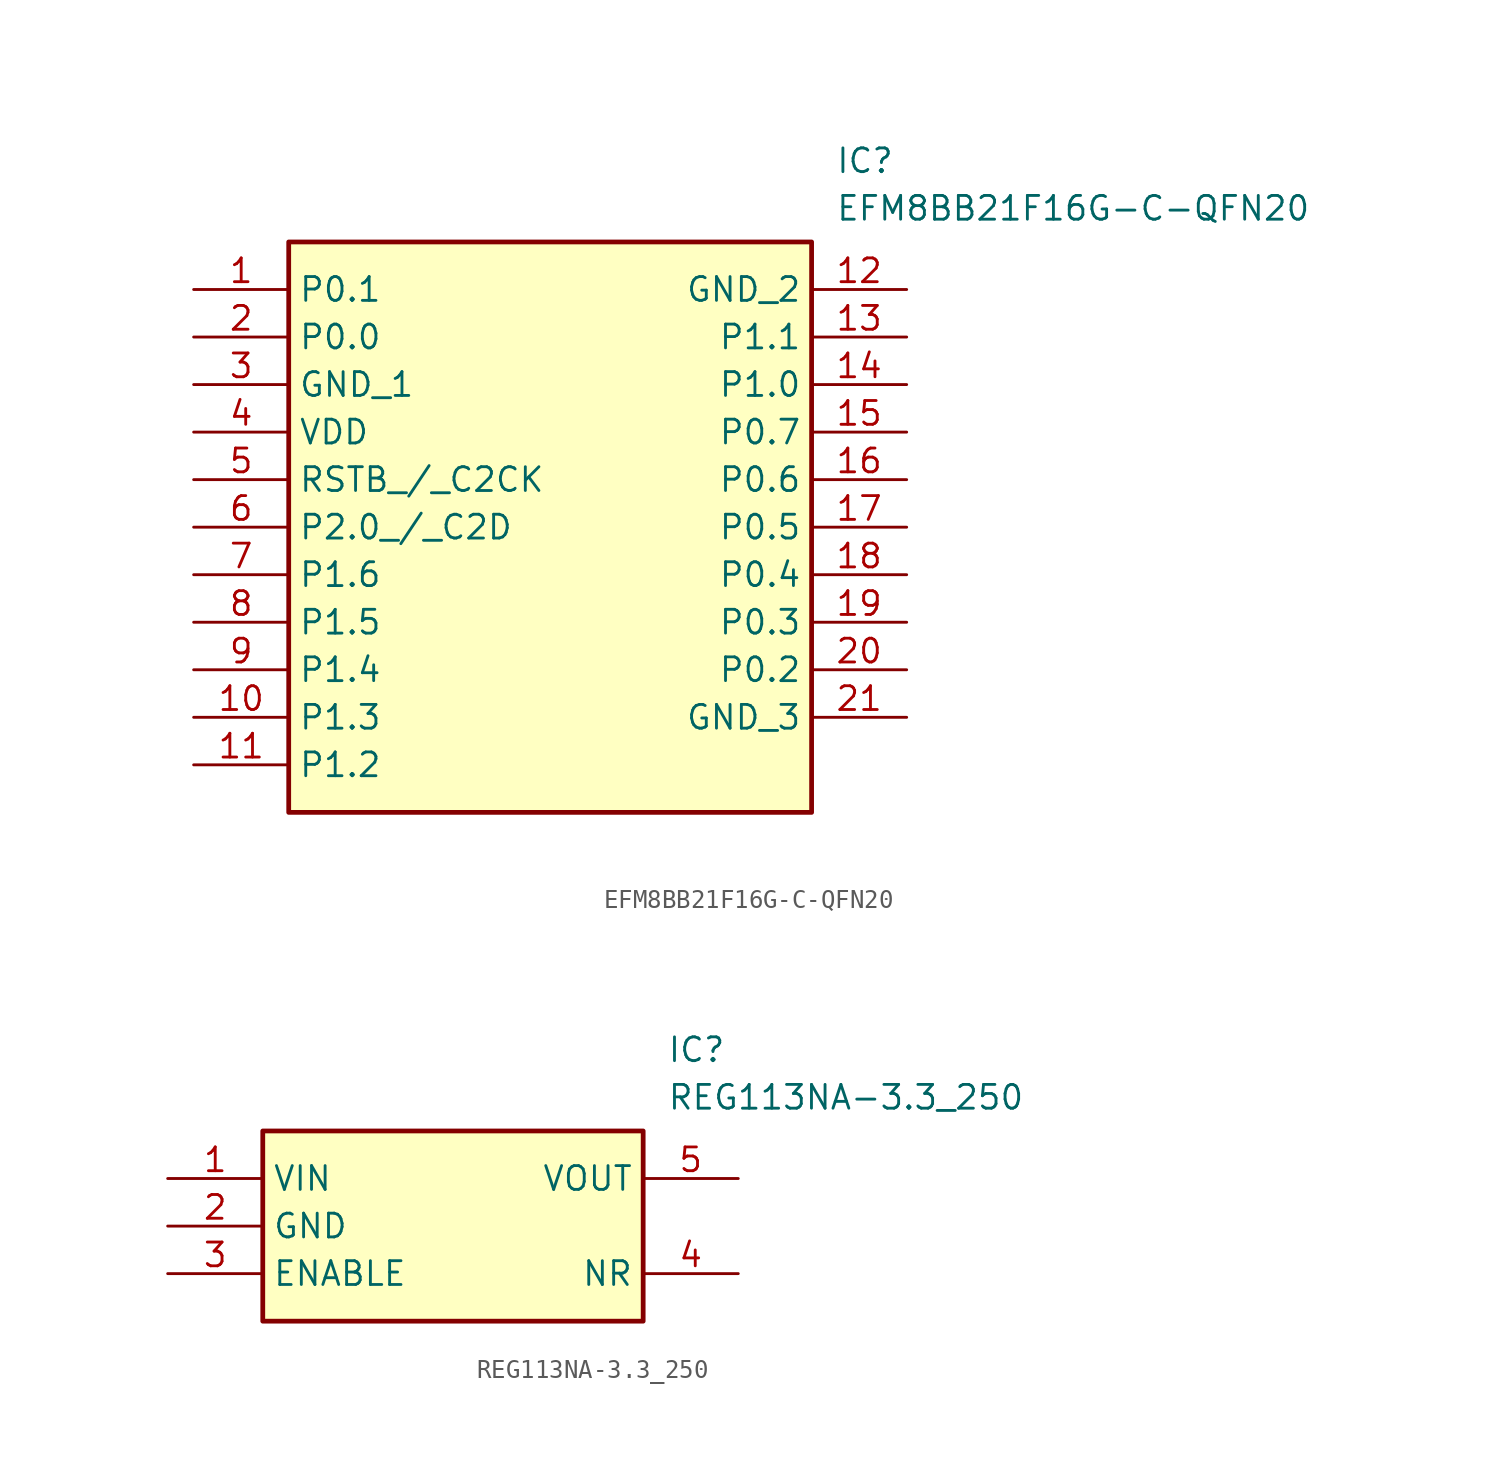
<source format=kicad_sym>
(kicad_symbol_lib
  (version 20231120)
  (generator "kicad_symbol_editor")
  (generator_version "8.0")
  (symbol "EFM8BB21F16G-C-QFN20"
    (property "Reference" "IC"
      (at 34.29 7.62 0)
      (effects (font (size 1.27 1.27)) (justify left top)))
    (property "Value" "EFM8BB21F16G-C-QFN20"
      (at 34.29 5.08 0)
      (effects (font (size 1.27 1.27)) (justify left top)))
    (symbol "EFM8BB21F16G-C-QFN20_1_1"
      (rectangle (start 5.08 2.54) (end 33.02 -27.94) (stroke (width 0.254) (type default)) (fill (type background)))
      (pin passive line (at 0 0 0) (length 5.08) (name "P0.1" (effects (font (size 1.27 1.27)))) (number "1" (effects (font (size 1.27 1.27)))))
      (pin passive line (at 0 -22.86 0) (length 5.08) (name "P1.3" (effects (font (size 1.27 1.27)))) (number "10" (effects (font (size 1.27 1.27)))))
      (pin passive line (at 0 -25.4 0) (length 5.08) (name "P1.2" (effects (font (size 1.27 1.27)))) (number "11" (effects (font (size 1.27 1.27)))))
      (pin passive line (at 38.1 0 180) (length 5.08) (name "GND_2" (effects (font (size 1.27 1.27)))) (number "12" (effects (font (size 1.27 1.27)))))
      (pin passive line (at 38.1 -2.54 180) (length 5.08) (name "P1.1" (effects (font (size 1.27 1.27)))) (number "13" (effects (font (size 1.27 1.27)))))
      (pin passive line (at 38.1 -5.08 180) (length 5.08) (name "P1.0" (effects (font (size 1.27 1.27)))) (number "14" (effects (font (size 1.27 1.27)))))
      (pin passive line (at 38.1 -7.62 180) (length 5.08) (name "P0.7" (effects (font (size 1.27 1.27)))) (number "15" (effects (font (size 1.27 1.27)))))
      (pin passive line (at 38.1 -10.16 180) (length 5.08) (name "P0.6" (effects (font (size 1.27 1.27)))) (number "16" (effects (font (size 1.27 1.27)))))
      (pin passive line (at 38.1 -12.7 180) (length 5.08) (name "P0.5" (effects (font (size 1.27 1.27)))) (number "17" (effects (font (size 1.27 1.27)))))
      (pin passive line (at 38.1 -15.24 180) (length 5.08) (name "P0.4" (effects (font (size 1.27 1.27)))) (number "18" (effects (font (size 1.27 1.27)))))
      (pin passive line (at 38.1 -17.78 180) (length 5.08) (name "P0.3" (effects (font (size 1.27 1.27)))) (number "19" (effects (font (size 1.27 1.27)))))
      (pin passive line (at 0 -2.54 0) (length 5.08) (name "P0.0" (effects (font (size 1.27 1.27)))) (number "2" (effects (font (size 1.27 1.27)))))
      (pin passive line (at 38.1 -20.32 180) (length 5.08) (name "P0.2" (effects (font (size 1.27 1.27)))) (number "20" (effects (font (size 1.27 1.27)))))
      (pin passive line (at 38.1 -22.86 180) (length 5.08) (name "GND_3" (effects (font (size 1.27 1.27)))) (number "21" (effects (font (size 1.27 1.27)))))
      (pin passive line (at 0 -5.08 0) (length 5.08) (name "GND_1" (effects (font (size 1.27 1.27)))) (number "3" (effects (font (size 1.27 1.27)))))
      (pin passive line (at 0 -7.62 0) (length 5.08) (name "VDD" (effects (font (size 1.27 1.27)))) (number "4" (effects (font (size 1.27 1.27)))))
      (pin passive line (at 0 -10.16 0) (length 5.08) (name "RSTB_/_C2CK" (effects (font (size 1.27 1.27)))) (number "5" (effects (font (size 1.27 1.27)))))
      (pin passive line (at 0 -12.7 0) (length 5.08) (name "P2.0_/_C2D" (effects (font (size 1.27 1.27)))) (number "6" (effects (font (size 1.27 1.27)))))
      (pin passive line (at 0 -15.24 0) (length 5.08) (name "P1.6" (effects (font (size 1.27 1.27)))) (number "7" (effects (font (size 1.27 1.27)))))
      (pin passive line (at 0 -17.78 0) (length 5.08) (name "P1.5" (effects (font (size 1.27 1.27)))) (number "8" (effects (font (size 1.27 1.27)))))
      (pin passive line (at 0 -20.32 0) (length 5.08) (name "P1.4" (effects (font (size 1.27 1.27)))) (number "9" (effects (font (size 1.27 1.27)))))))
  (symbol "REG113NA-3.3_250"
    (property "Reference" "IC"
      (at 26.67 7.62 0)
      (effects (font (size 1.27 1.27)) (justify left top)))
    (property "Value" "REG113NA-3.3_250"
      (at 26.67 5.08 0)
      (effects (font (size 1.27 1.27)) (justify left top)))
    (symbol "REG113NA-3.3_250_1_1"
      (rectangle (start 5.08 2.54) (end 25.4 -7.62) (stroke (width 0.254) (type default)) (fill (type background)))
      (pin passive line (at 0 0 0) (length 5.08) (name "VIN" (effects (font (size 1.27 1.27)))) (number "1" (effects (font (size 1.27 1.27)))))
      (pin passive line (at 0 -2.54 0) (length 5.08) (name "GND" (effects (font (size 1.27 1.27)))) (number "2" (effects (font (size 1.27 1.27)))))
      (pin passive line (at 0 -5.08 0) (length 5.08) (name "ENABLE" (effects (font (size 1.27 1.27)))) (number "3" (effects (font (size 1.27 1.27)))))
      (pin passive line (at 30.48 -5.08 180) (length 5.08) (name "NR" (effects (font (size 1.27 1.27)))) (number "4" (effects (font (size 1.27 1.27)))))
      (pin passive line (at 30.48 0 180) (length 5.08) (name "VOUT" (effects (font (size 1.27 1.27)))) (number "5" (effects (font (size 1.27 1.27))))))))
</source>
